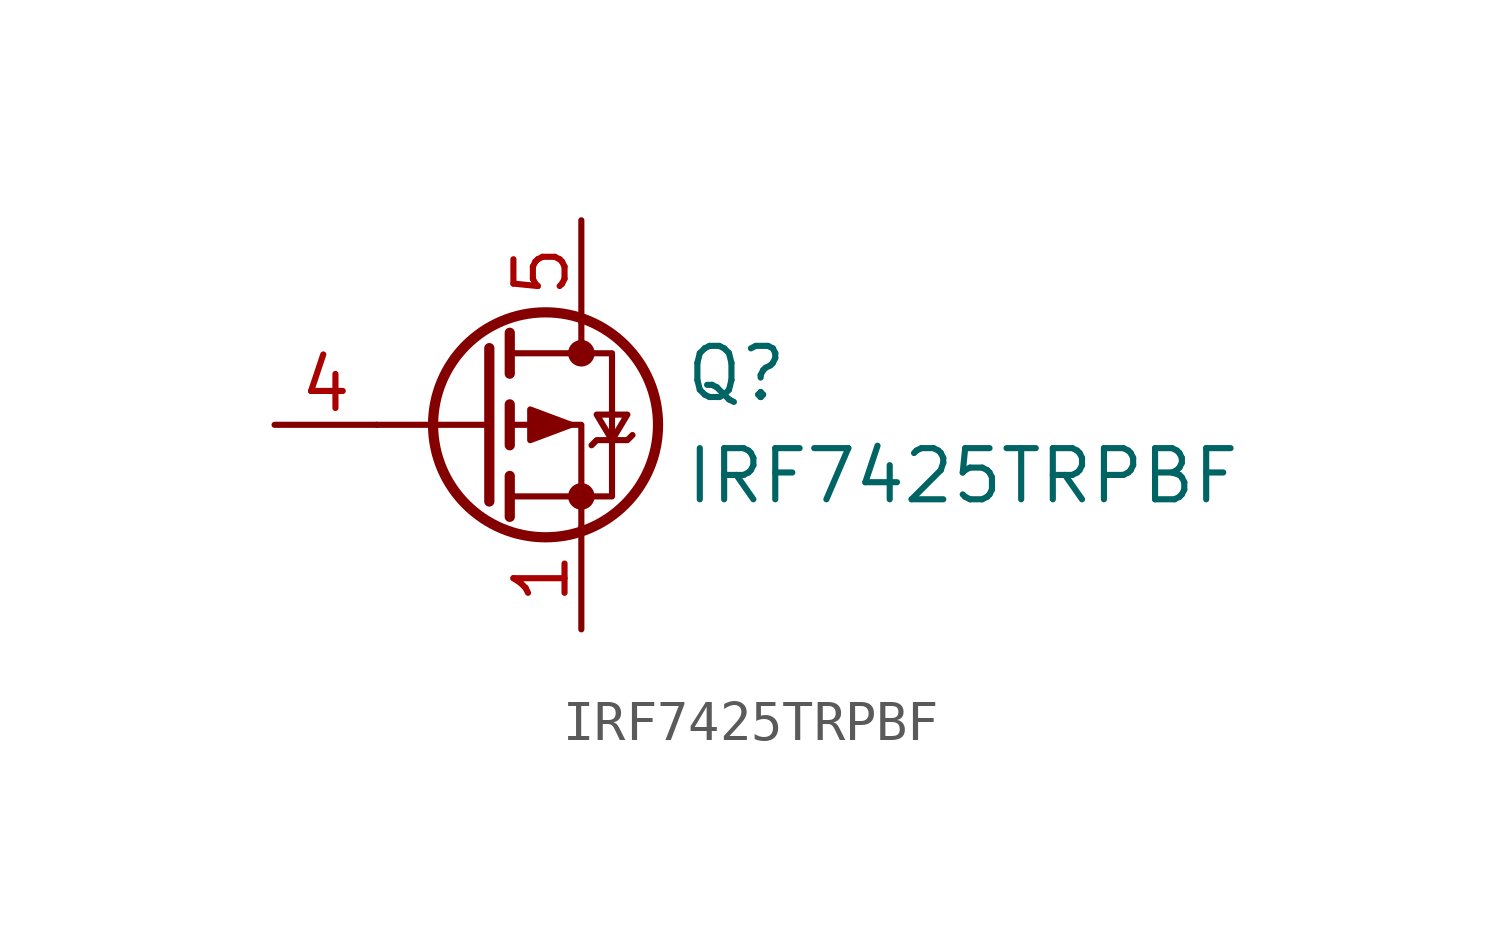
<source format=kicad_sym>
(kicad_symbol_lib
  (version 20211014)
  (generator kicad_symbol_editor)
  (symbol "IRF7425TRPBF"
    (pin_names
      (offset 0) hide)
    (property "Reference" "Q"
      (at 5.08 1.27 0)
      (effects (font (size 1.27 1.27)) (justify left)))
    (property "Value" "IRF7425TRPBF"
      (at 5.08 -1.27 0)
      (effects (font (size 1.27 1.27)) (justify left)))
    (symbol "IRF7425TRPBF_0_1"
      (polyline (pts (xy 0.254 0) (xy -2.54 0)) (stroke (width 0) (type default) (color 0 0 0 0)) (fill (type none)))
      (polyline (pts (xy 0.254 1.905) (xy 0.254 -1.905)) (stroke (width 0.254) (type default) (color 0 0 0 0)) (fill (type none)))
      (polyline (pts (xy 0.762 -1.27) (xy 0.762 -2.286)) (stroke (width 0.254) (type default) (color 0 0 0 0)) (fill (type none)))
      (polyline (pts (xy 0.762 0.508) (xy 0.762 -0.508)) (stroke (width 0.254) (type default) (color 0 0 0 0)) (fill (type none)))
      (polyline (pts (xy 0.762 2.286) (xy 0.762 1.27)) (stroke (width 0.254) (type default) (color 0 0 0 0)) (fill (type none)))
      (polyline (pts (xy 2.54 2.54) (xy 2.54 1.778)) (stroke (width 0) (type default) (color 0 0 0 0)) (fill (type none)))
      (polyline (pts (xy 2.54 -2.54) (xy 2.54 0) (xy 0.762 0)) (stroke (width 0) (type default) (color 0 0 0 0)) (fill (type none)))
      (polyline (pts (xy 0.762 1.778) (xy 3.302 1.778) (xy 3.302 -1.778) (xy 0.762 -1.778)) (stroke (width 0) (type default) (color 0 0 0 0)) (fill (type none)))
      (polyline (pts (xy 2.286 0) (xy 1.27 0.381) (xy 1.27 -0.381) (xy 2.286 0)) (stroke (width 0) (type default) (color 0 0 0 0)) (fill (type outline)))
      (polyline (pts (xy 2.794 -0.508) (xy 2.921 -0.381) (xy 3.683 -0.381) (xy 3.81 -0.254)) (stroke (width 0) (type default) (color 0 0 0 0)) (fill (type none)))
      (polyline (pts (xy 3.302 -0.381) (xy 2.921 0.254) (xy 3.683 0.254) (xy 3.302 -0.381)) (stroke (width 0) (type default) (color 0 0 0 0)) (fill (type none)))
      (circle (center 1.651 0) (radius 2.794) (stroke (width 0.254) (type default) (color 0 0 0 0)) (fill (type none)))
      (circle (center 2.54 -1.778) (radius 0.254) (stroke (width 0) (type default) (color 0 0 0 0)) (fill (type outline)))
      (circle (center 2.54 1.778) (radius 0.254) (stroke (width 0) (type default) (color 0 0 0 0)) (fill (type outline))))
    (symbol "IRF7425TRPBF_1_1"
      (pin passive line (at 2.54 -5.08 90) (length 2.54) (name "S" (effects (font (size 1.27 1.27)))) (number "1" (effects (font (size 1.27 1.27)))))
      (pin passive line (at 2.54 -5.08 90) (length 2.54) hide (name "S" (effects (font (size 1.27 1.27)))) (number "2" (effects (font (size 1.27 1.27)))))
      (pin passive line (at 2.54 -5.08 90) (length 2.54) hide (name "S" (effects (font (size 1.27 1.27)))) (number "3" (effects (font (size 1.27 1.27)))))
      (pin input line (at -5.08 0 0) (length 2.54) (name "G" (effects (font (size 1.27 1.27)))) (number "4" (effects (font (size 1.27 1.27)))))
      (pin passive line (at 2.54 5.08 270) (length 2.54) (name "D" (effects (font (size 1.27 1.27)))) (number "5" (effects (font (size 1.27 1.27)))))
      (pin passive line (at 2.54 5.08 270) (length 2.54) hide (name "D" (effects (font (size 1.27 1.27)))) (number "6" (effects (font (size 1.27 1.27)))))
      (pin passive line (at 2.54 5.08 270) (length 2.54) hide (name "D" (effects (font (size 1.27 1.27)))) (number "7" (effects (font (size 1.27 1.27)))))
      (pin passive line (at 2.54 5.08 270) (length 2.54) hide (name "D" (effects (font (size 1.27 1.27)))) (number "8" (effects (font (size 1.27 1.27))))))))
</source>
